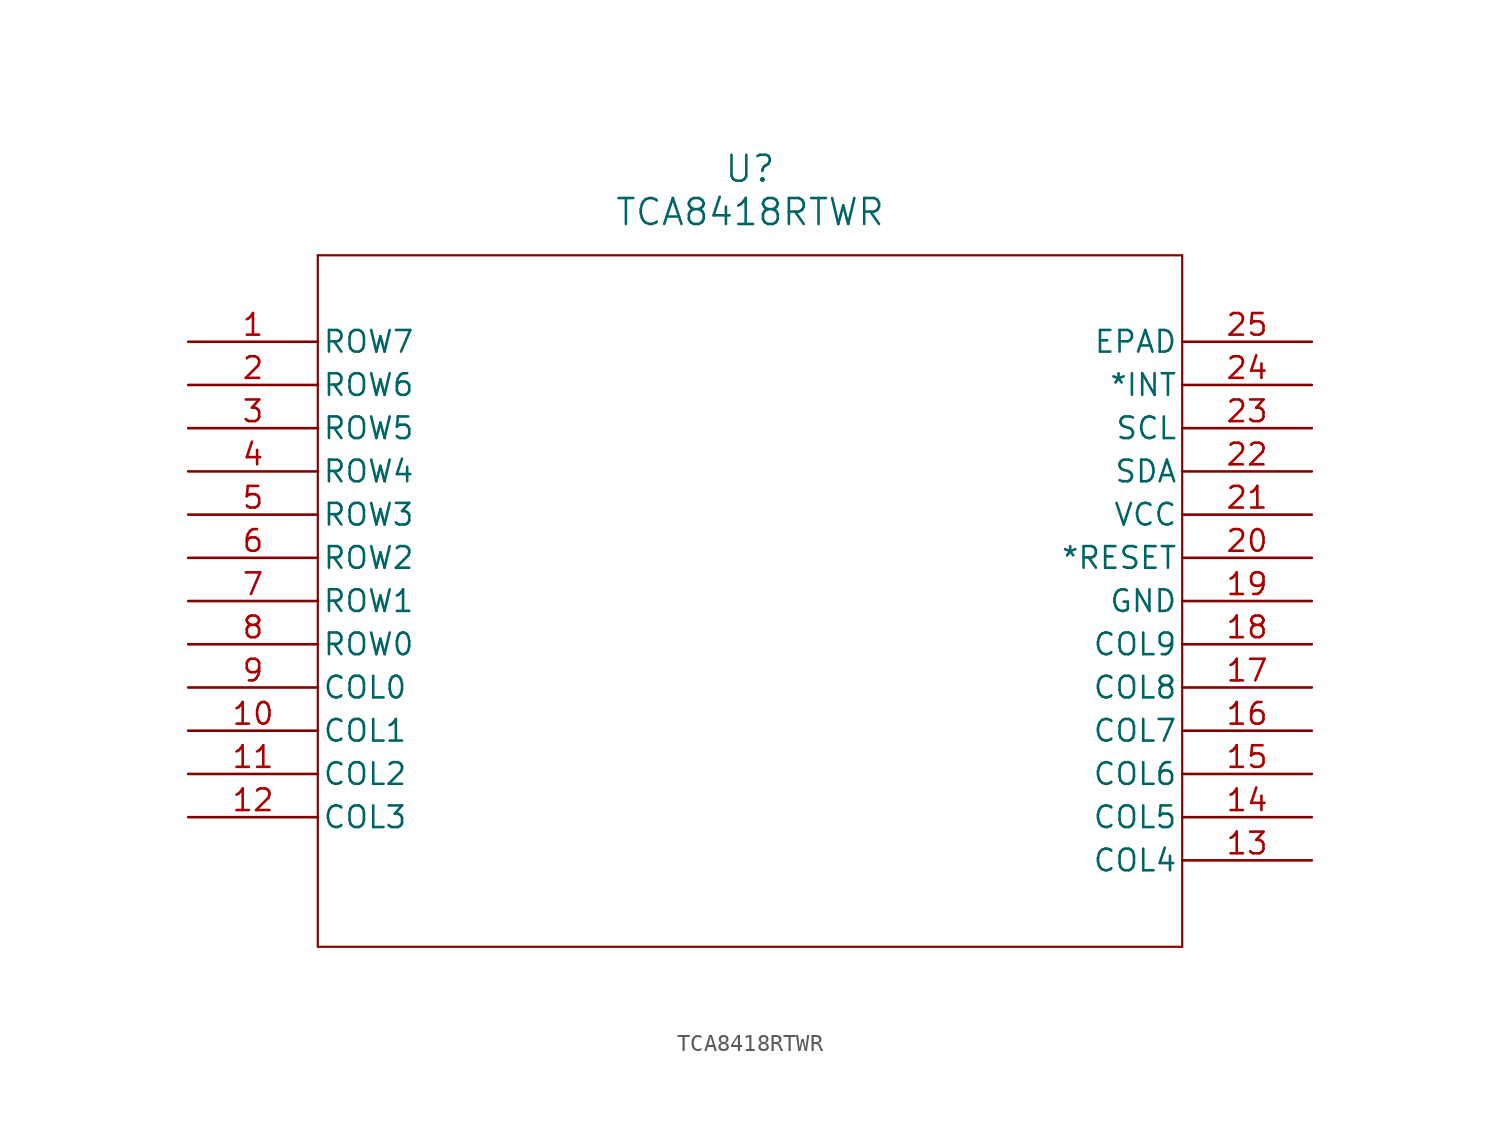
<source format=kicad_sym>
(kicad_symbol_lib
  (version 20211014)
  (generator kicad_symbol_editor)
  (symbol "TCA8418RTWR"
    (pin_names
      (offset 0.254))
    (property "Reference" "U"
      (at 33.02 10.16 0)
      (effects (font (size 1.524 1.524))))
    (property "Value" "TCA8418RTWR"
      (at 33.02 7.62 0)
      (effects (font (size 1.524 1.524))))
    (symbol "TCA8418RTWR_0_1"
      (polyline (pts (xy 7.62 5.08) (xy 7.62 -35.56)) (stroke (width 0.127) (type default) (color 0 0 0 0)) (fill (type none)))
      (polyline (pts (xy 7.62 -35.56) (xy 58.42 -35.56)) (stroke (width 0.127) (type default) (color 0 0 0 0)) (fill (type none)))
      (polyline (pts (xy 58.42 -35.56) (xy 58.42 5.08)) (stroke (width 0.127) (type default) (color 0 0 0 0)) (fill (type none)))
      (polyline (pts (xy 58.42 5.08) (xy 7.62 5.08)) (stroke (width 0.127) (type default) (color 0 0 0 0)) (fill (type none)))
      (pin bidirectional line (at 0 0 0) (length 7.62) (name "ROW7" (effects (font (size 1.27 1.27)))) (number "1" (effects (font (size 1.27 1.27)))))
      (pin bidirectional line (at 0 -2.54 0) (length 7.62) (name "ROW6" (effects (font (size 1.27 1.27)))) (number "2" (effects (font (size 1.27 1.27)))))
      (pin bidirectional line (at 0 -5.08 0) (length 7.62) (name "ROW5" (effects (font (size 1.27 1.27)))) (number "3" (effects (font (size 1.27 1.27)))))
      (pin bidirectional line (at 0 -7.62 0) (length 7.62) (name "ROW4" (effects (font (size 1.27 1.27)))) (number "4" (effects (font (size 1.27 1.27)))))
      (pin bidirectional line (at 0 -10.16 0) (length 7.62) (name "ROW3" (effects (font (size 1.27 1.27)))) (number "5" (effects (font (size 1.27 1.27)))))
      (pin bidirectional line (at 0 -12.7 0) (length 7.62) (name "ROW2" (effects (font (size 1.27 1.27)))) (number "6" (effects (font (size 1.27 1.27)))))
      (pin bidirectional line (at 0 -15.24 0) (length 7.62) (name "ROW1" (effects (font (size 1.27 1.27)))) (number "7" (effects (font (size 1.27 1.27)))))
      (pin bidirectional line (at 0 -17.78 0) (length 7.62) (name "ROW0" (effects (font (size 1.27 1.27)))) (number "8" (effects (font (size 1.27 1.27)))))
      (pin bidirectional line (at 0 -20.32 0) (length 7.62) (name "COL0" (effects (font (size 1.27 1.27)))) (number "9" (effects (font (size 1.27 1.27)))))
      (pin bidirectional line (at 0 -22.86 0) (length 7.62) (name "COL1" (effects (font (size 1.27 1.27)))) (number "10" (effects (font (size 1.27 1.27)))))
      (pin bidirectional line (at 0 -25.4 0) (length 7.62) (name "COL2" (effects (font (size 1.27 1.27)))) (number "11" (effects (font (size 1.27 1.27)))))
      (pin bidirectional line (at 0 -27.94 0) (length 7.62) (name "COL3" (effects (font (size 1.27 1.27)))) (number "12" (effects (font (size 1.27 1.27)))))
      (pin bidirectional line (at 66.04 -30.48 180) (length 7.62) (name "COL4" (effects (font (size 1.27 1.27)))) (number "13" (effects (font (size 1.27 1.27)))))
      (pin bidirectional line (at 66.04 -27.94 180) (length 7.62) (name "COL5" (effects (font (size 1.27 1.27)))) (number "14" (effects (font (size 1.27 1.27)))))
      (pin bidirectional line (at 66.04 -25.4 180) (length 7.62) (name "COL6" (effects (font (size 1.27 1.27)))) (number "15" (effects (font (size 1.27 1.27)))))
      (pin bidirectional line (at 66.04 -22.86 180) (length 7.62) (name "COL7" (effects (font (size 1.27 1.27)))) (number "16" (effects (font (size 1.27 1.27)))))
      (pin bidirectional line (at 66.04 -20.32 180) (length 7.62) (name "COL8" (effects (font (size 1.27 1.27)))) (number "17" (effects (font (size 1.27 1.27)))))
      (pin bidirectional line (at 66.04 -17.78 180) (length 7.62) (name "COL9" (effects (font (size 1.27 1.27)))) (number "18" (effects (font (size 1.27 1.27)))))
      (pin power_in line (at 66.04 -15.24 180) (length 7.62) (name "GND" (effects (font (size 1.27 1.27)))) (number "19" (effects (font (size 1.27 1.27)))))
      (pin input line (at 66.04 -12.7 180) (length 7.62) (name "*RESET" (effects (font (size 1.27 1.27)))) (number "20" (effects (font (size 1.27 1.27)))))
      (pin power_in line (at 66.04 -10.16 180) (length 7.62) (name "VCC" (effects (font (size 1.27 1.27)))) (number "21" (effects (font (size 1.27 1.27)))))
      (pin bidirectional line (at 66.04 -7.62 180) (length 7.62) (name "SDA" (effects (font (size 1.27 1.27)))) (number "22" (effects (font (size 1.27 1.27)))))
      (pin input line (at 66.04 -5.08 180) (length 7.62) (name "SCL" (effects (font (size 1.27 1.27)))) (number "23" (effects (font (size 1.27 1.27)))))
      (pin output line (at 66.04 -2.54 180) (length 7.62) (name "*INT" (effects (font (size 1.27 1.27)))) (number "24" (effects (font (size 1.27 1.27)))))
      (pin unspecified line (at 66.04 0 180) (length 7.62) (name "EPAD" (effects (font (size 1.27 1.27)))) (number "25" (effects (font (size 1.27 1.27))))))))
</source>
